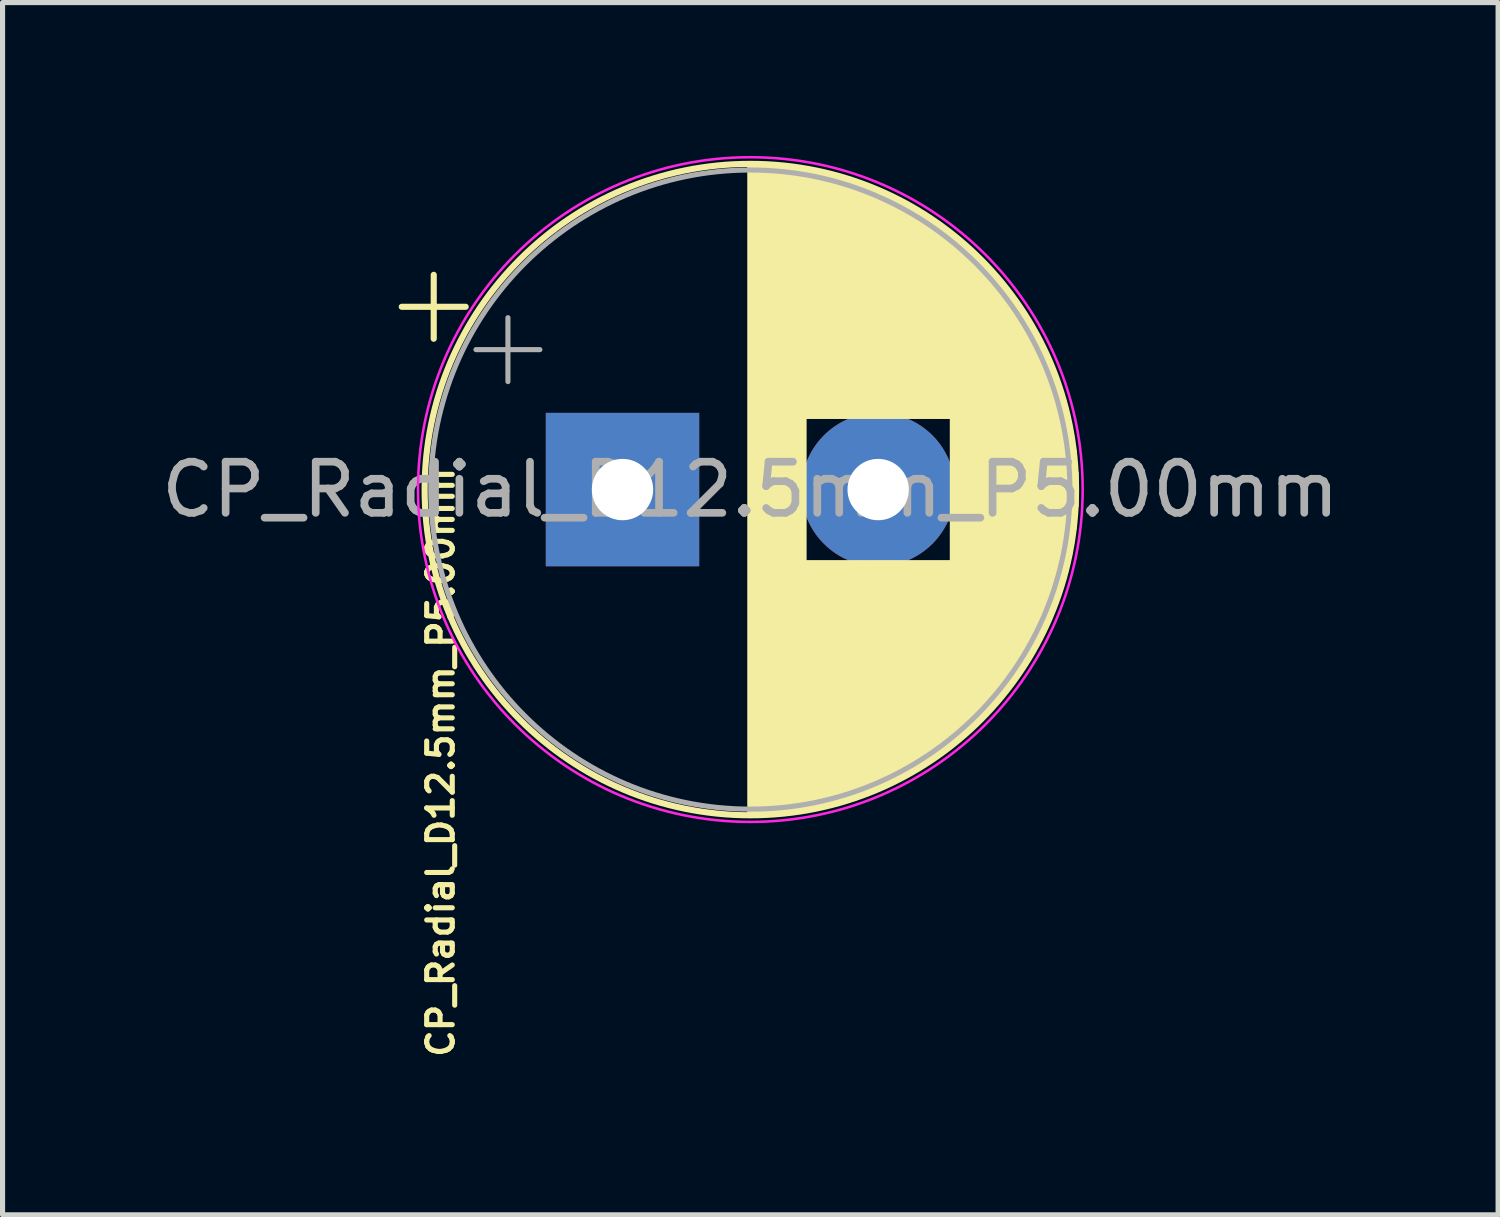
<source format=kicad_pcb>
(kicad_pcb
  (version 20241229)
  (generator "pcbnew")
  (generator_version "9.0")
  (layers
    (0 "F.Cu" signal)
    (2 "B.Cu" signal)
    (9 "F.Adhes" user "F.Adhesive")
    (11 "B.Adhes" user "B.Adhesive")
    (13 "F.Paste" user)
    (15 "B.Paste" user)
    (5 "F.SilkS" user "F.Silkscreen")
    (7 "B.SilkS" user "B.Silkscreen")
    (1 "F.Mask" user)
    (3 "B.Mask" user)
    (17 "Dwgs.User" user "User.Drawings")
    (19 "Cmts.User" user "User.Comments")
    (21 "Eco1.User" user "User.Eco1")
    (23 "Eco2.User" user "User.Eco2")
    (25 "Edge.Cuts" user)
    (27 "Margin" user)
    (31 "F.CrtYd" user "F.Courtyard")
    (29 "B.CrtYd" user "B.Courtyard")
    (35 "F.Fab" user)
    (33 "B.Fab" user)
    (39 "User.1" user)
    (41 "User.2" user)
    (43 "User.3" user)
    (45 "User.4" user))
  (footprint "CP_Radial_D12.5mm_P5.00mm"
    (layer "F.Cu")
    (at 9.125 6.525)
    (property "Reference" "CP_Radial_D12.5mm_P5.00mm" (at -3.556 5.334 90) (layer "F.SilkS") (effects (font (size 0.5 0.5) (thickness 0.1))))
    (attr through_hole)
    (fp_line (start -4.317 -3.575) (end -3.067 -3.575) (stroke (width 0.12) (type solid)) (layer "F.SilkS"))
    (fp_line (start -3.692 -4.2) (end -3.692 -2.95) (stroke (width 0.12) (type solid)) (layer "F.SilkS"))
    (fp_line (start 2.5 -6.33) (end 2.5 6.33) (stroke (width 0.12) (type solid)) (layer "F.SilkS"))
    (fp_line (start 2.54 -6.33) (end 2.54 6.33) (stroke (width 0.12) (type solid)) (layer "F.SilkS"))
    (fp_line (start 2.58 -6.33) (end 2.58 6.33) (stroke (width 0.12) (type solid)) (layer "F.SilkS"))
    (fp_line (start 2.62 -6.329) (end 2.62 6.329) (stroke (width 0.12) (type solid)) (layer "F.SilkS"))
    (fp_line (start 2.66 -6.328) (end 2.66 6.328) (stroke (width 0.12) (type solid)) (layer "F.SilkS"))
    (fp_line (start 2.7 -6.327) (end 2.7 6.327) (stroke (width 0.12) (type solid)) (layer "F.SilkS"))
    (fp_line (start 2.74 -6.326) (end 2.74 6.326) (stroke (width 0.12) (type solid)) (layer "F.SilkS"))
    (fp_line (start 2.78 -6.324) (end 2.78 6.324) (stroke (width 0.12) (type solid)) (layer "F.SilkS"))
    (fp_line (start 2.82 -6.322) (end 2.82 6.322) (stroke (width 0.12) (type solid)) (layer "F.SilkS"))
    (fp_line (start 2.86 -6.32) (end 2.86 6.32) (stroke (width 0.12) (type solid)) (layer "F.SilkS"))
    (fp_line (start 2.9 -6.318) (end 2.9 6.318) (stroke (width 0.12) (type solid)) (layer "F.SilkS"))
    (fp_line (start 2.94 -6.315) (end 2.94 6.315) (stroke (width 0.12) (type solid)) (layer "F.SilkS"))
    (fp_line (start 2.98 -6.312) (end 2.98 6.312) (stroke (width 0.12) (type solid)) (layer "F.SilkS"))
    (fp_line (start 3.02 -6.309) (end 3.02 6.309) (stroke (width 0.12) (type solid)) (layer "F.SilkS"))
    (fp_line (start 3.06 -6.306) (end 3.06 6.306) (stroke (width 0.12) (type solid)) (layer "F.SilkS"))
    (fp_line (start 3.1 -6.302) (end 3.1 6.302) (stroke (width 0.12) (type solid)) (layer "F.SilkS"))
    (fp_line (start 3.14 -6.298) (end 3.14 6.298) (stroke (width 0.12) (type solid)) (layer "F.SilkS"))
    (fp_line (start 3.18 -6.294) (end 3.18 6.294) (stroke (width 0.12) (type solid)) (layer "F.SilkS"))
    (fp_line (start 3.221 -6.29) (end 3.221 6.29) (stroke (width 0.12) (type solid)) (layer "F.SilkS"))
    (fp_line (start 3.261 -6.285) (end 3.261 6.285) (stroke (width 0.12) (type solid)) (layer "F.SilkS"))
    (fp_line (start 3.301 -6.28) (end 3.301 6.28) (stroke (width 0.12) (type solid)) (layer "F.SilkS"))
    (fp_line (start 3.341 -6.275) (end 3.341 6.275) (stroke (width 0.12) (type solid)) (layer "F.SilkS"))
    (fp_line (start 3.381 -6.269) (end 3.381 6.269) (stroke (width 0.12) (type solid)) (layer "F.SilkS"))
    (fp_line (start 3.421 -6.264) (end 3.421 6.264) (stroke (width 0.12) (type solid)) (layer "F.SilkS"))
    (fp_line (start 3.461 -6.258) (end 3.461 6.258) (stroke (width 0.12) (type solid)) (layer "F.SilkS"))
    (fp_line (start 3.501 -6.252) (end 3.501 6.252) (stroke (width 0.12) (type solid)) (layer "F.SilkS"))
    (fp_line (start 3.541 -6.245) (end 3.541 6.245) (stroke (width 0.12) (type solid)) (layer "F.SilkS"))
    (fp_line (start 3.581 -6.238) (end 3.581 -1.44) (stroke (width 0.12) (type solid)) (layer "F.SilkS"))
    (fp_line (start 3.581 1.44) (end 3.581 6.238) (stroke (width 0.12) (type solid)) (layer "F.SilkS"))
    (fp_line (start 3.621 -6.231) (end 3.621 -1.44) (stroke (width 0.12) (type solid)) (layer "F.SilkS"))
    (fp_line (start 3.621 1.44) (end 3.621 6.231) (stroke (width 0.12) (type solid)) (layer "F.SilkS"))
    (fp_line (start 3.661 -6.224) (end 3.661 -1.44) (stroke (width 0.12) (type solid)) (layer "F.SilkS"))
    (fp_line (start 3.661 1.44) (end 3.661 6.224) (stroke (width 0.12) (type solid)) (layer "F.SilkS"))
    (fp_line (start 3.701 -6.216) (end 3.701 -1.44) (stroke (width 0.12) (type solid)) (layer "F.SilkS"))
    (fp_line (start 3.701 1.44) (end 3.701 6.216) (stroke (width 0.12) (type solid)) (layer "F.SilkS"))
    (fp_line (start 3.741 -6.209) (end 3.741 -1.44) (stroke (width 0.12) (type solid)) (layer "F.SilkS"))
    (fp_line (start 3.741 1.44) (end 3.741 6.209) (stroke (width 0.12) (type solid)) (layer "F.SilkS"))
    (fp_line (start 3.781 -6.201) (end 3.781 -1.44) (stroke (width 0.12) (type solid)) (layer "F.SilkS"))
    (fp_line (start 3.781 1.44) (end 3.781 6.201) (stroke (width 0.12) (type solid)) (layer "F.SilkS"))
    (fp_line (start 3.821 -6.192) (end 3.821 -1.44) (stroke (width 0.12) (type solid)) (layer "F.SilkS"))
    (fp_line (start 3.821 1.44) (end 3.821 6.192) (stroke (width 0.12) (type solid)) (layer "F.SilkS"))
    (fp_line (start 3.861 -6.184) (end 3.861 -1.44) (stroke (width 0.12) (type solid)) (layer "F.SilkS"))
    (fp_line (start 3.861 1.44) (end 3.861 6.184) (stroke (width 0.12) (type solid)) (layer "F.SilkS"))
    (fp_line (start 3.901 -6.175) (end 3.901 -1.44) (stroke (width 0.12) (type solid)) (layer "F.SilkS"))
    (fp_line (start 3.901 1.44) (end 3.901 6.175) (stroke (width 0.12) (type solid)) (layer "F.SilkS"))
    (fp_line (start 3.941 -6.166) (end 3.941 -1.44) (stroke (width 0.12) (type solid)) (layer "F.SilkS"))
    (fp_line (start 3.941 1.44) (end 3.941 6.166) (stroke (width 0.12) (type solid)) (layer "F.SilkS"))
    (fp_line (start 3.981 -6.156) (end 3.981 -1.44) (stroke (width 0.12) (type solid)) (layer "F.SilkS"))
    (fp_line (start 3.981 1.44) (end 3.981 6.156) (stroke (width 0.12) (type solid)) (layer "F.SilkS"))
    (fp_line (start 4.021 -6.146) (end 4.021 -1.44) (stroke (width 0.12) (type solid)) (layer "F.SilkS"))
    (fp_line (start 4.021 1.44) (end 4.021 6.146) (stroke (width 0.12) (type solid)) (layer "F.SilkS"))
    (fp_line (start 4.061 -6.137) (end 4.061 -1.44) (stroke (width 0.12) (type solid)) (layer "F.SilkS"))
    (fp_line (start 4.061 1.44) (end 4.061 6.137) (stroke (width 0.12) (type solid)) (layer "F.SilkS"))
    (fp_line (start 4.101 -6.126) (end 4.101 -1.44) (stroke (width 0.12) (type solid)) (layer "F.SilkS"))
    (fp_line (start 4.101 1.44) (end 4.101 6.126) (stroke (width 0.12) (type solid)) (layer "F.SilkS"))
    (fp_line (start 4.141 -6.116) (end 4.141 -1.44) (stroke (width 0.12) (type solid)) (layer "F.SilkS"))
    (fp_line (start 4.141 1.44) (end 4.141 6.116) (stroke (width 0.12) (type solid)) (layer "F.SilkS"))
    (fp_line (start 4.181 -6.105) (end 4.181 -1.44) (stroke (width 0.12) (type solid)) (layer "F.SilkS"))
    (fp_line (start 4.181 1.44) (end 4.181 6.105) (stroke (width 0.12) (type solid)) (layer "F.SilkS"))
    (fp_line (start 4.221 -6.094) (end 4.221 -1.44) (stroke (width 0.12) (type solid)) (layer "F.SilkS"))
    (fp_line (start 4.221 1.44) (end 4.221 6.094) (stroke (width 0.12) (type solid)) (layer "F.SilkS"))
    (fp_line (start 4.261 -6.083) (end 4.261 -1.44) (stroke (width 0.12) (type solid)) (layer "F.SilkS"))
    (fp_line (start 4.261 1.44) (end 4.261 6.083) (stroke (width 0.12) (type solid)) (layer "F.SilkS"))
    (fp_line (start 4.301 -6.071) (end 4.301 -1.44) (stroke (width 0.12) (type solid)) (layer "F.SilkS"))
    (fp_line (start 4.301 1.44) (end 4.301 6.071) (stroke (width 0.12) (type solid)) (layer "F.SilkS"))
    (fp_line (start 4.341 -6.059) (end 4.341 -1.44) (stroke (width 0.12) (type solid)) (layer "F.SilkS"))
    (fp_line (start 4.341 1.44) (end 4.341 6.059) (stroke (width 0.12) (type solid)) (layer "F.SilkS"))
    (fp_line (start 4.381 -6.047) (end 4.381 -1.44) (stroke (width 0.12) (type solid)) (layer "F.SilkS"))
    (fp_line (start 4.381 1.44) (end 4.381 6.047) (stroke (width 0.12) (type solid)) (layer "F.SilkS"))
    (fp_line (start 4.421 -6.034) (end 4.421 -1.44) (stroke (width 0.12) (type solid)) (layer "F.SilkS"))
    (fp_line (start 4.421 1.44) (end 4.421 6.034) (stroke (width 0.12) (type solid)) (layer "F.SilkS"))
    (fp_line (start 4.461 -6.021) (end 4.461 -1.44) (stroke (width 0.12) (type solid)) (layer "F.SilkS"))
    (fp_line (start 4.461 1.44) (end 4.461 6.021) (stroke (width 0.12) (type solid)) (layer "F.SilkS"))
    (fp_line (start 4.501 -6.008) (end 4.501 -1.44) (stroke (width 0.12) (type solid)) (layer "F.SilkS"))
    (fp_line (start 4.501 1.44) (end 4.501 6.008) (stroke (width 0.12) (type solid)) (layer "F.SilkS"))
    (fp_line (start 4.541 -5.995) (end 4.541 -1.44) (stroke (width 0.12) (type solid)) (layer "F.SilkS"))
    (fp_line (start 4.541 1.44) (end 4.541 5.995) (stroke (width 0.12) (type solid)) (layer "F.SilkS"))
    (fp_line (start 4.581 -5.981) (end 4.581 -1.44) (stroke (width 0.12) (type solid)) (layer "F.SilkS"))
    (fp_line (start 4.581 1.44) (end 4.581 5.981) (stroke (width 0.12) (type solid)) (layer "F.SilkS"))
    (fp_line (start 4.621 -5.967) (end 4.621 -1.44) (stroke (width 0.12) (type solid)) (layer "F.SilkS"))
    (fp_line (start 4.621 1.44) (end 4.621 5.967) (stroke (width 0.12) (type solid)) (layer "F.SilkS"))
    (fp_line (start 4.661 -5.953) (end 4.661 -1.44) (stroke (width 0.12) (type solid)) (layer "F.SilkS"))
    (fp_line (start 4.661 1.44) (end 4.661 5.953) (stroke (width 0.12) (type solid)) (layer "F.SilkS"))
    (fp_line (start 4.701 -5.939) (end 4.701 -1.44) (stroke (width 0.12) (type solid)) (layer "F.SilkS"))
    (fp_line (start 4.701 1.44) (end 4.701 5.939) (stroke (width 0.12) (type solid)) (layer "F.SilkS"))
    (fp_line (start 4.741 -5.924) (end 4.741 -1.44) (stroke (width 0.12) (type solid)) (layer "F.SilkS"))
    (fp_line (start 4.741 1.44) (end 4.741 5.924) (stroke (width 0.12) (type solid)) (layer "F.SilkS"))
    (fp_line (start 4.781 -5.908) (end 4.781 -1.44) (stroke (width 0.12) (type solid)) (layer "F.SilkS"))
    (fp_line (start 4.781 1.44) (end 4.781 5.908) (stroke (width 0.12) (type solid)) (layer "F.SilkS"))
    (fp_line (start 4.821 -5.893) (end 4.821 -1.44) (stroke (width 0.12) (type solid)) (layer "F.SilkS"))
    (fp_line (start 4.821 1.44) (end 4.821 5.893) (stroke (width 0.12) (type solid)) (layer "F.SilkS"))
    (fp_line (start 4.861 -5.877) (end 4.861 -1.44) (stroke (width 0.12) (type solid)) (layer "F.SilkS"))
    (fp_line (start 4.861 1.44) (end 4.861 5.877) (stroke (width 0.12) (type solid)) (layer "F.SilkS"))
    (fp_line (start 4.901 -5.861) (end 4.901 -1.44) (stroke (width 0.12) (type solid)) (layer "F.SilkS"))
    (fp_line (start 4.901 1.44) (end 4.901 5.861) (stroke (width 0.12) (type solid)) (layer "F.SilkS"))
    (fp_line (start 4.941 -5.845) (end 4.941 -1.44) (stroke (width 0.12) (type solid)) (layer "F.SilkS"))
    (fp_line (start 4.941 1.44) (end 4.941 5.845) (stroke (width 0.12) (type solid)) (layer "F.SilkS"))
    (fp_line (start 4.981 -5.828) (end 4.981 -1.44) (stroke (width 0.12) (type solid)) (layer "F.SilkS"))
    (fp_line (start 4.981 1.44) (end 4.981 5.828) (stroke (width 0.12) (type solid)) (layer "F.SilkS"))
    (fp_line (start 5.021 -5.811) (end 5.021 -1.44) (stroke (width 0.12) (type solid)) (layer "F.SilkS"))
    (fp_line (start 5.021 1.44) (end 5.021 5.811) (stroke (width 0.12) (type solid)) (layer "F.SilkS"))
    (fp_line (start 5.061 -5.793) (end 5.061 -1.44) (stroke (width 0.12) (type solid)) (layer "F.SilkS"))
    (fp_line (start 5.061 1.44) (end 5.061 5.793) (stroke (width 0.12) (type solid)) (layer "F.SilkS"))
    (fp_line (start 5.101 -5.776) (end 5.101 -1.44) (stroke (width 0.12) (type solid)) (layer "F.SilkS"))
    (fp_line (start 5.101 1.44) (end 5.101 5.776) (stroke (width 0.12) (type solid)) (layer "F.SilkS"))
    (fp_line (start 5.141 -5.758) (end 5.141 -1.44) (stroke (width 0.12) (type solid)) (layer "F.SilkS"))
    (fp_line (start 5.141 1.44) (end 5.141 5.758) (stroke (width 0.12) (type solid)) (layer "F.SilkS"))
    (fp_line (start 5.181 -5.739) (end 5.181 -1.44) (stroke (width 0.12) (type solid)) (layer "F.SilkS"))
    (fp_line (start 5.181 1.44) (end 5.181 5.739) (stroke (width 0.12) (type solid)) (layer "F.SilkS"))
    (fp_line (start 5.221 -5.721) (end 5.221 -1.44) (stroke (width 0.12) (type solid)) (layer "F.SilkS"))
    (fp_line (start 5.221 1.44) (end 5.221 5.721) (stroke (width 0.12) (type solid)) (layer "F.SilkS"))
    (fp_line (start 5.261 -5.702) (end 5.261 -1.44) (stroke (width 0.12) (type solid)) (layer "F.SilkS"))
    (fp_line (start 5.261 1.44) (end 5.261 5.702) (stroke (width 0.12) (type solid)) (layer "F.SilkS"))
    (fp_line (start 5.301 -5.682) (end 5.301 -1.44) (stroke (width 0.12) (type solid)) (layer "F.SilkS"))
    (fp_line (start 5.301 1.44) (end 5.301 5.682) (stroke (width 0.12) (type solid)) (layer "F.SilkS"))
    (fp_line (start 5.341 -5.662) (end 5.341 -1.44) (stroke (width 0.12) (type solid)) (layer "F.SilkS"))
    (fp_line (start 5.341 1.44) (end 5.341 5.662) (stroke (width 0.12) (type solid)) (layer "F.SilkS"))
    (fp_line (start 5.381 -5.642) (end 5.381 -1.44) (stroke (width 0.12) (type solid)) (layer "F.SilkS"))
    (fp_line (start 5.381 1.44) (end 5.381 5.642) (stroke (width 0.12) (type solid)) (layer "F.SilkS"))
    (fp_line (start 5.421 -5.622) (end 5.421 -1.44) (stroke (width 0.12) (type solid)) (layer "F.SilkS"))
    (fp_line (start 5.421 1.44) (end 5.421 5.622) (stroke (width 0.12) (type solid)) (layer "F.SilkS"))
    (fp_line (start 5.461 -5.601) (end 5.461 -1.44) (stroke (width 0.12) (type solid)) (layer "F.SilkS"))
    (fp_line (start 5.461 1.44) (end 5.461 5.601) (stroke (width 0.12) (type solid)) (layer "F.SilkS"))
    (fp_line (start 5.501 -5.58) (end 5.501 -1.44) (stroke (width 0.12) (type solid)) (layer "F.SilkS"))
    (fp_line (start 5.501 1.44) (end 5.501 5.58) (stroke (width 0.12) (type solid)) (layer "F.SilkS"))
    (fp_line (start 5.541 -5.558) (end 5.541 -1.44) (stroke (width 0.12) (type solid)) (layer "F.SilkS"))
    (fp_line (start 5.541 1.44) (end 5.541 5.558) (stroke (width 0.12) (type solid)) (layer "F.SilkS"))
    (fp_line (start 5.581 -5.536) (end 5.581 -1.44) (stroke (width 0.12) (type solid)) (layer "F.SilkS"))
    (fp_line (start 5.581 1.44) (end 5.581 5.536) (stroke (width 0.12) (type solid)) (layer "F.SilkS"))
    (fp_line (start 5.621 -5.514) (end 5.621 -1.44) (stroke (width 0.12) (type solid)) (layer "F.SilkS"))
    (fp_line (start 5.621 1.44) (end 5.621 5.514) (stroke (width 0.12) (type solid)) (layer "F.SilkS"))
    (fp_line (start 5.661 -5.491) (end 5.661 -1.44) (stroke (width 0.12) (type solid)) (layer "F.SilkS"))
    (fp_line (start 5.661 1.44) (end 5.661 5.491) (stroke (width 0.12) (type solid)) (layer "F.SilkS"))
    (fp_line (start 5.701 -5.468) (end 5.701 -1.44) (stroke (width 0.12) (type solid)) (layer "F.SilkS"))
    (fp_line (start 5.701 1.44) (end 5.701 5.468) (stroke (width 0.12) (type solid)) (layer "F.SilkS"))
    (fp_line (start 5.741 -5.445) (end 5.741 -1.44) (stroke (width 0.12) (type solid)) (layer "F.SilkS"))
    (fp_line (start 5.741 1.44) (end 5.741 5.445) (stroke (width 0.12) (type solid)) (layer "F.SilkS"))
    (fp_line (start 5.781 -5.421) (end 5.781 -1.44) (stroke (width 0.12) (type solid)) (layer "F.SilkS"))
    (fp_line (start 5.781 1.44) (end 5.781 5.421) (stroke (width 0.12) (type solid)) (layer "F.SilkS"))
    (fp_line (start 5.821 -5.397) (end 5.821 -1.44) (stroke (width 0.12) (type solid)) (layer "F.SilkS"))
    (fp_line (start 5.821 1.44) (end 5.821 5.397) (stroke (width 0.12) (type solid)) (layer "F.SilkS"))
    (fp_line (start 5.861 -5.372) (end 5.861 -1.44) (stroke (width 0.12) (type solid)) (layer "F.SilkS"))
    (fp_line (start 5.861 1.44) (end 5.861 5.372) (stroke (width 0.12) (type solid)) (layer "F.SilkS"))
    (fp_line (start 5.901 -5.347) (end 5.901 -1.44) (stroke (width 0.12) (type solid)) (layer "F.SilkS"))
    (fp_line (start 5.901 1.44) (end 5.901 5.347) (stroke (width 0.12) (type solid)) (layer "F.SilkS"))
    (fp_line (start 5.941 -5.322) (end 5.941 -1.44) (stroke (width 0.12) (type solid)) (layer "F.SilkS"))
    (fp_line (start 5.941 1.44) (end 5.941 5.322) (stroke (width 0.12) (type solid)) (layer "F.SilkS"))
    (fp_line (start 5.981 -5.296) (end 5.981 -1.44) (stroke (width 0.12) (type solid)) (layer "F.SilkS"))
    (fp_line (start 5.981 1.44) (end 5.981 5.296) (stroke (width 0.12) (type solid)) (layer "F.SilkS"))
    (fp_line (start 6.021 -5.27) (end 6.021 -1.44) (stroke (width 0.12) (type solid)) (layer "F.SilkS"))
    (fp_line (start 6.021 1.44) (end 6.021 5.27) (stroke (width 0.12) (type solid)) (layer "F.SilkS"))
    (fp_line (start 6.061 -5.243) (end 6.061 -1.44) (stroke (width 0.12) (type solid)) (layer "F.SilkS"))
    (fp_line (start 6.061 1.44) (end 6.061 5.243) (stroke (width 0.12) (type solid)) (layer "F.SilkS"))
    (fp_line (start 6.101 -5.216) (end 6.101 -1.44) (stroke (width 0.12) (type solid)) (layer "F.SilkS"))
    (fp_line (start 6.101 1.44) (end 6.101 5.216) (stroke (width 0.12) (type solid)) (layer "F.SilkS"))
    (fp_line (start 6.141 -5.188) (end 6.141 -1.44) (stroke (width 0.12) (type solid)) (layer "F.SilkS"))
    (fp_line (start 6.141 1.44) (end 6.141 5.188) (stroke (width 0.12) (type solid)) (layer "F.SilkS"))
    (fp_line (start 6.181 -5.16) (end 6.181 -1.44) (stroke (width 0.12) (type solid)) (layer "F.SilkS"))
    (fp_line (start 6.181 1.44) (end 6.181 5.16) (stroke (width 0.12) (type solid)) (layer "F.SilkS"))
    (fp_line (start 6.221 -5.131) (end 6.221 -1.44) (stroke (width 0.12) (type solid)) (layer "F.SilkS"))
    (fp_line (start 6.221 1.44) (end 6.221 5.131) (stroke (width 0.12) (type solid)) (layer "F.SilkS"))
    (fp_line (start 6.261 -5.102) (end 6.261 -1.44) (stroke (width 0.12) (type solid)) (layer "F.SilkS"))
    (fp_line (start 6.261 1.44) (end 6.261 5.102) (stroke (width 0.12) (type solid)) (layer "F.SilkS"))
    (fp_line (start 6.301 -5.073) (end 6.301 -1.44) (stroke (width 0.12) (type solid)) (layer "F.SilkS"))
    (fp_line (start 6.301 1.44) (end 6.301 5.073) (stroke (width 0.12) (type solid)) (layer "F.SilkS"))
    (fp_line (start 6.341 -5.043) (end 6.341 -1.44) (stroke (width 0.12) (type solid)) (layer "F.SilkS"))
    (fp_line (start 6.341 1.44) (end 6.341 5.043) (stroke (width 0.12) (type solid)) (layer "F.SilkS"))
    (fp_line (start 6.381 -5.012) (end 6.381 -1.44) (stroke (width 0.12) (type solid)) (layer "F.SilkS"))
    (fp_line (start 6.381 1.44) (end 6.381 5.012) (stroke (width 0.12) (type solid)) (layer "F.SilkS"))
    (fp_line (start 6.421 -4.982) (end 6.421 -1.44) (stroke (width 0.12) (type solid)) (layer "F.SilkS"))
    (fp_line (start 6.421 1.44) (end 6.421 4.982) (stroke (width 0.12) (type solid)) (layer "F.SilkS"))
    (fp_line (start 6.461 -4.95) (end 6.461 4.95) (stroke (width 0.12) (type solid)) (layer "F.SilkS"))
    (fp_line (start 6.501 -4.918) (end 6.501 4.918) (stroke (width 0.12) (type solid)) (layer "F.SilkS"))
    (fp_line (start 6.541 -4.885) (end 6.541 4.885) (stroke (width 0.12) (type solid)) (layer "F.SilkS"))
    (fp_line (start 6.581 -4.852) (end 6.581 4.852) (stroke (width 0.12) (type solid)) (layer "F.SilkS"))
    (fp_line (start 6.621 -4.819) (end 6.621 4.819) (stroke (width 0.12) (type solid)) (layer "F.SilkS"))
    (fp_line (start 6.661 -4.785) (end 6.661 4.785) (stroke (width 0.12) (type solid)) (layer "F.SilkS"))
    (fp_line (start 6.701 -4.75) (end 6.701 4.75) (stroke (width 0.12) (type solid)) (layer "F.SilkS"))
    (fp_line (start 6.741 -4.714) (end 6.741 4.714) (stroke (width 0.12) (type solid)) (layer "F.SilkS"))
    (fp_line (start 6.781 -4.678) (end 6.781 4.678) (stroke (width 0.12) (type solid)) (layer "F.SilkS"))
    (fp_line (start 6.821 -4.642) (end 6.821 4.642) (stroke (width 0.12) (type solid)) (layer "F.SilkS"))
    (fp_line (start 6.861 -4.605) (end 6.861 4.605) (stroke (width 0.12) (type solid)) (layer "F.SilkS"))
    (fp_line (start 6.901 -4.567) (end 6.901 4.567) (stroke (width 0.12) (type solid)) (layer "F.SilkS"))
    (fp_line (start 6.941 -4.528) (end 6.941 4.528) (stroke (width 0.12) (type solid)) (layer "F.SilkS"))
    (fp_line (start 6.981 -4.489) (end 6.981 4.489) (stroke (width 0.12) (type solid)) (layer "F.SilkS"))
    (fp_line (start 7.021 -4.449) (end 7.021 4.449) (stroke (width 0.12) (type solid)) (layer "F.SilkS"))
    (fp_line (start 7.061 -4.408) (end 7.061 4.408) (stroke (width 0.12) (type solid)) (layer "F.SilkS"))
    (fp_line (start 7.101 -4.367) (end 7.101 4.367) (stroke (width 0.12) (type solid)) (layer "F.SilkS"))
    (fp_line (start 7.141 -4.325) (end 7.141 4.325) (stroke (width 0.12) (type solid)) (layer "F.SilkS"))
    (fp_line (start 7.181 -4.282) (end 7.181 4.282) (stroke (width 0.12) (type solid)) (layer "F.SilkS"))
    (fp_line (start 7.221 -4.238) (end 7.221 4.238) (stroke (width 0.12) (type solid)) (layer "F.SilkS"))
    (fp_line (start 7.261 -4.194) (end 7.261 4.194) (stroke (width 0.12) (type solid)) (layer "F.SilkS"))
    (fp_line (start 7.301 -4.148) (end 7.301 4.148) (stroke (width 0.12) (type solid)) (layer "F.SilkS"))
    (fp_line (start 7.341 -4.102) (end 7.341 4.102) (stroke (width 0.12) (type solid)) (layer "F.SilkS"))
    (fp_line (start 7.381 -4.055) (end 7.381 4.055) (stroke (width 0.12) (type solid)) (layer "F.SilkS"))
    (fp_line (start 7.421 -4.007) (end 7.421 4.007) (stroke (width 0.12) (type solid)) (layer "F.SilkS"))
    (fp_line (start 7.461 -3.957) (end 7.461 3.957) (stroke (width 0.12) (type solid)) (layer "F.SilkS"))
    (fp_line (start 7.501 -3.907) (end 7.501 3.907) (stroke (width 0.12) (type solid)) (layer "F.SilkS"))
    (fp_line (start 7.541 -3.856) (end 7.541 3.856) (stroke (width 0.12) (type solid)) (layer "F.SilkS"))
    (fp_line (start 7.581 -3.804) (end 7.581 3.804) (stroke (width 0.12) (type solid)) (layer "F.SilkS"))
    (fp_line (start 7.621 -3.75) (end 7.621 3.75) (stroke (width 0.12) (type solid)) (layer "F.SilkS"))
    (fp_line (start 7.661 -3.696) (end 7.661 3.696) (stroke (width 0.12) (type solid)) (layer "F.SilkS"))
    (fp_line (start 7.701 -3.64) (end 7.701 3.64) (stroke (width 0.12) (type solid)) (layer "F.SilkS"))
    (fp_line (start 7.741 -3.583) (end 7.741 3.583) (stroke (width 0.12) (type solid)) (layer "F.SilkS"))
    (fp_line (start 7.781 -3.524) (end 7.781 3.524) (stroke (width 0.12) (type solid)) (layer "F.SilkS"))
    (fp_line (start 7.821 -3.464) (end 7.821 3.464) (stroke (width 0.12) (type solid)) (layer "F.SilkS"))
    (fp_line (start 7.861 -3.402) (end 7.861 3.402) (stroke (width 0.12) (type solid)) (layer "F.SilkS"))
    (fp_line (start 7.901 -3.339) (end 7.901 3.339) (stroke (width 0.12) (type solid)) (layer "F.SilkS"))
    (fp_line (start 7.941 -3.275) (end 7.941 3.275) (stroke (width 0.12) (type solid)) (layer "F.SilkS"))
    (fp_line (start 7.981 -3.208) (end 7.981 3.208) (stroke (width 0.12) (type solid)) (layer "F.SilkS"))
    (fp_line (start 8.021 -3.14) (end 8.021 3.14) (stroke (width 0.12) (type solid)) (layer "F.SilkS"))
    (fp_line (start 8.061 -3.069) (end 8.061 3.069) (stroke (width 0.12) (type solid)) (layer "F.SilkS"))
    (fp_line (start 8.101 -2.996) (end 8.101 2.996) (stroke (width 0.12) (type solid)) (layer "F.SilkS"))
    (fp_line (start 8.141 -2.921) (end 8.141 2.921) (stroke (width 0.12) (type solid)) (layer "F.SilkS"))
    (fp_line (start 8.181 -2.844) (end 8.181 2.844) (stroke (width 0.12) (type solid)) (layer "F.SilkS"))
    (fp_line (start 8.221 -2.764) (end 8.221 2.764) (stroke (width 0.12) (type solid)) (layer "F.SilkS"))
    (fp_line (start 8.261 -2.681) (end 8.261 2.681) (stroke (width 0.12) (type solid)) (layer "F.SilkS"))
    (fp_line (start 8.301 -2.594) (end 8.301 2.594) (stroke (width 0.12) (type solid)) (layer "F.SilkS"))
    (fp_line (start 8.341 -2.504) (end 8.341 2.504) (stroke (width 0.12) (type solid)) (layer "F.SilkS"))
    (fp_line (start 8.381 -2.41) (end 8.381 2.41) (stroke (width 0.12) (type solid)) (layer "F.SilkS"))
    (fp_line (start 8.421 -2.312) (end 8.421 2.312) (stroke (width 0.12) (type solid)) (layer "F.SilkS"))
    (fp_line (start 8.461 -2.209) (end 8.461 2.209) (stroke (width 0.12) (type solid)) (layer "F.SilkS"))
    (fp_line (start 8.501 -2.1) (end 8.501 2.1) (stroke (width 0.12) (type solid)) (layer "F.SilkS"))
    (fp_line (start 8.541 -1.984) (end 8.541 1.984) (stroke (width 0.12) (type solid)) (layer "F.SilkS"))
    (fp_line (start 8.581 -1.861) (end 8.581 1.861) (stroke (width 0.12) (type solid)) (layer "F.SilkS"))
    (fp_line (start 8.621 -1.728) (end 8.621 1.728) (stroke (width 0.12) (type solid)) (layer "F.SilkS"))
    (fp_line (start 8.661 -1.583) (end 8.661 1.583) (stroke (width 0.12) (type solid)) (layer "F.SilkS"))
    (fp_line (start 8.701 -1.422) (end 8.701 1.422) (stroke (width 0.12) (type solid)) (layer "F.SilkS"))
    (fp_line (start 8.741 -1.241) (end 8.741 1.241) (stroke (width 0.12) (type solid)) (layer "F.SilkS"))
    (fp_line (start 8.781 -1.028) (end 8.781 1.028) (stroke (width 0.12) (type solid)) (layer "F.SilkS"))
    (fp_line (start 8.821 -0.757) (end 8.821 0.757) (stroke (width 0.12) (type solid)) (layer "F.SilkS"))
    (fp_line (start 8.861 -0.317) (end 8.861 0.317) (stroke (width 0.12) (type solid)) (layer "F.SilkS"))
    (fp_circle (center 2.5 0) (end 8.87 0) (stroke (width 0.12) (type solid)) (fill no) (layer "F.SilkS"))
    (fp_circle (center 2.5 0) (end 9 0) (stroke (width 0.05) (type solid)) (fill no) (layer "F.CrtYd"))
    (fp_line (start -2.866 -2.737) (end -1.616 -2.737) (stroke (width 0.1) (type solid)) (layer "F.Fab"))
    (fp_line (start -2.241 -3.362) (end -2.241 -2.112) (stroke (width 0.1) (type solid)) (layer "F.Fab"))
    (fp_circle (center 2.5 0) (end 8.75 0) (stroke (width 0.1) (type solid)) (fill no) (layer "F.Fab"))
    (fp_text user "${REFERENCE}" (at 2.5 0 0) (layer "F.Fab") (effects (font (size 1 1) (thickness 0.15))))
    (pad "1" thru_hole rect (at 0 0) (size 3 3) (drill 1.2) (layers "*.Cu" "*.Mask"))
    (pad "2" thru_hole circle (at 5 0) (size 3 3) (drill 1.2) (layers "*.Cu" "*.Mask")))
  (gr_rect
    (start -3 -3)
    (end 26.25 20.709)
    (stroke (width 0.1) (type default))
    (fill no)
    (layer "Edge.Cuts")))
</source>
